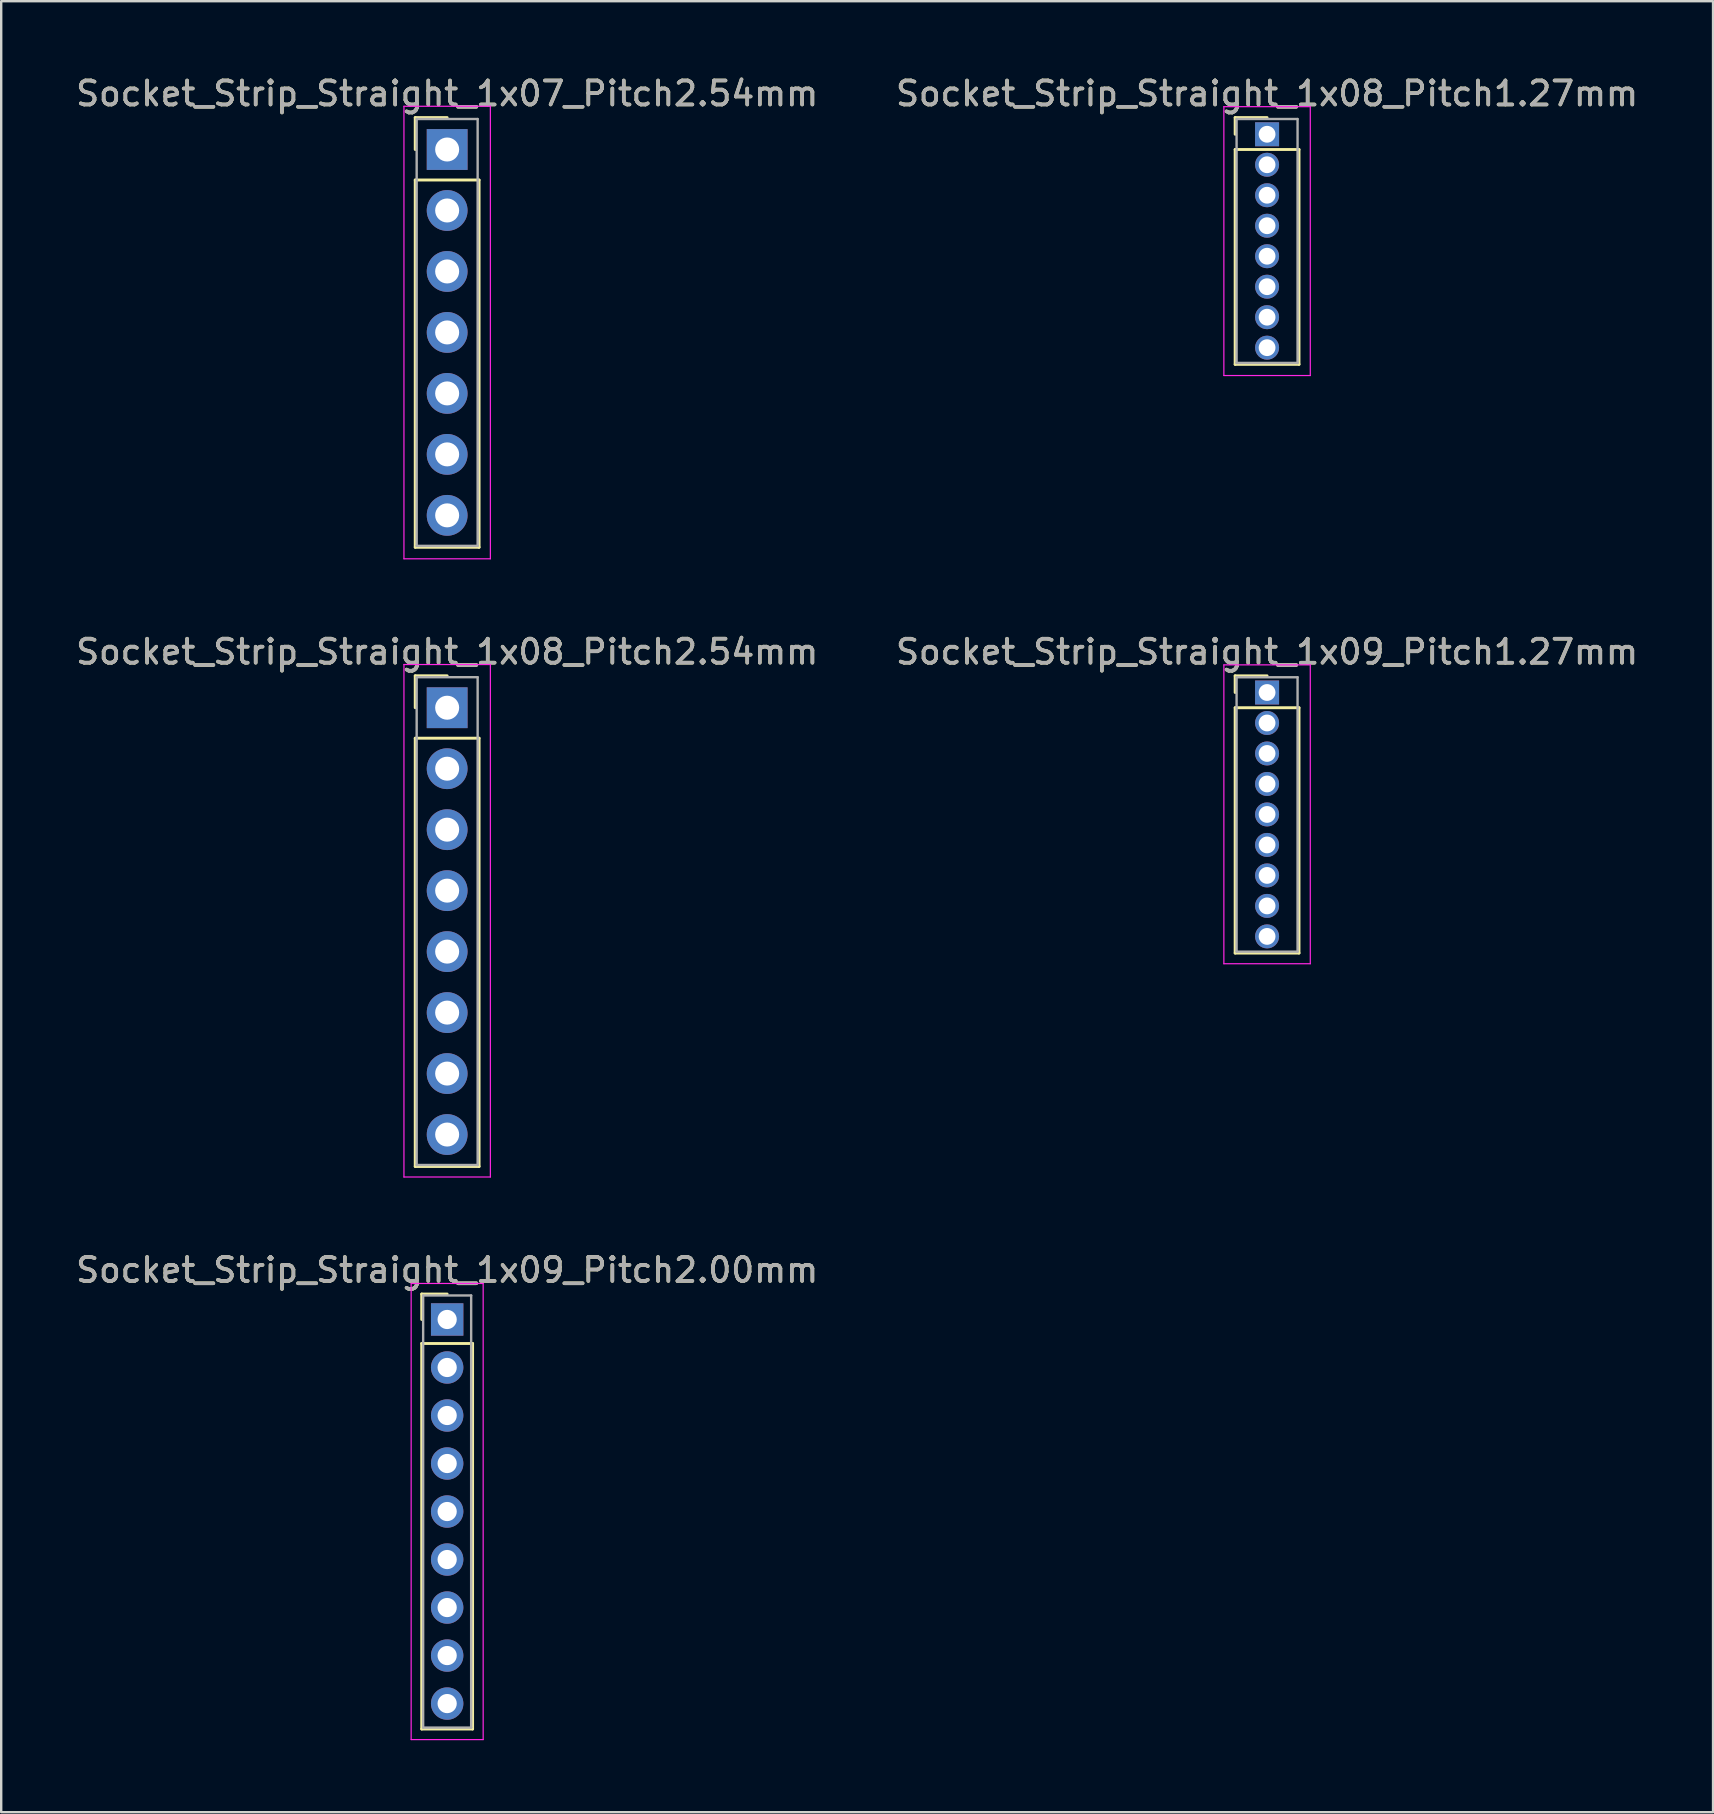
<source format=kicad_pcb>
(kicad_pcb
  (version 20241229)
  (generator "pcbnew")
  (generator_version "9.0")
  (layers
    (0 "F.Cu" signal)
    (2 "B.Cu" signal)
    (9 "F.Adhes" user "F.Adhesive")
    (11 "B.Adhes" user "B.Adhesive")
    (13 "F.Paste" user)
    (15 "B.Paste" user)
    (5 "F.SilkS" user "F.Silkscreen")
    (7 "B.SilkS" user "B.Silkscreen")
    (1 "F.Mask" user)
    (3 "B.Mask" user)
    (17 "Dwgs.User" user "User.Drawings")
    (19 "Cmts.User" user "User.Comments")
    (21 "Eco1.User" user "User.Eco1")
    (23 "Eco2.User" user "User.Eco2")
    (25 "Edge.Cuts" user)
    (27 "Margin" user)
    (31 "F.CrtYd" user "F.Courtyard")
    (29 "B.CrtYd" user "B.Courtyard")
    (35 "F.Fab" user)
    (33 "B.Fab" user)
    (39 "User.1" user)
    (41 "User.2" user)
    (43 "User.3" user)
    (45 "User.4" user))
  (footprint "Socket_Strip_Straight_1x09_Pitch2.00mm"
    (layer "F.Cu")
    (at 15.577 51.915)
    (property "Reference" "Socket_Strip_Straight_1x09_Pitch2.00mm" (at 0 -2.06 0) (layer "F.SilkS") (effects (font (size 1 1) (thickness 0.15))))
    (attr through_hole)
    (fp_line (start -1.06 -1.06) (end 0 -1.06) (stroke (width 0.12) (type solid)) (layer "F.SilkS"))
    (fp_line (start -1.06 0) (end -1.06 -1.06) (stroke (width 0.12) (type solid)) (layer "F.SilkS"))
    (fp_line (start -1.06 1) (end -1.06 17.06) (stroke (width 0.12) (type solid)) (layer "F.SilkS"))
    (fp_line (start -1.06 17.06) (end 1.06 17.06) (stroke (width 0.12) (type solid)) (layer "F.SilkS"))
    (fp_line (start 1.06 1) (end -1.06 1) (stroke (width 0.12) (type solid)) (layer "F.SilkS"))
    (fp_line (start 1.06 17.06) (end 1.06 1) (stroke (width 0.12) (type solid)) (layer "F.SilkS"))
    (fp_line (start -1.5 -1.5) (end -1.5 17.5) (stroke (width 0.05) (type solid)) (layer "F.CrtYd"))
    (fp_line (start -1.5 17.5) (end 1.5 17.5) (stroke (width 0.05) (type solid)) (layer "F.CrtYd"))
    (fp_line (start 1.5 -1.5) (end -1.5 -1.5) (stroke (width 0.05) (type solid)) (layer "F.CrtYd"))
    (fp_line (start 1.5 17.5) (end 1.5 -1.5) (stroke (width 0.05) (type solid)) (layer "F.CrtYd"))
    (fp_line (start -1 -1) (end -1 17) (stroke (width 0.1) (type solid)) (layer "F.Fab"))
    (fp_line (start -1 17) (end 1 17) (stroke (width 0.1) (type solid)) (layer "F.Fab"))
    (fp_line (start 1 -1) (end -1 -1) (stroke (width 0.1) (type solid)) (layer "F.Fab"))
    (fp_line (start 1 17) (end 1 -1) (stroke (width 0.1) (type solid)) (layer "F.Fab"))
    (fp_text user "${REFERENCE}" (at 0 -2.06 0) (layer "F.Fab") (effects (font (size 1 1) (thickness 0.15))))
    (pad "1" thru_hole rect (at 0 0) (size 1.35 1.35) (drill 0.8) (layers "*.Cu" "*.Mask"))
    (pad "2" thru_hole oval (at 0 2) (size 1.35 1.35) (drill 0.8) (layers "*.Cu" "*.Mask"))
    (pad "3" thru_hole oval (at 0 4) (size 1.35 1.35) (drill 0.8) (layers "*.Cu" "*.Mask"))
    (pad "4" thru_hole oval (at 0 6) (size 1.35 1.35) (drill 0.8) (layers "*.Cu" "*.Mask"))
    (pad "5" thru_hole oval (at 0 8) (size 1.35 1.35) (drill 0.8) (layers "*.Cu" "*.Mask"))
    (pad "6" thru_hole oval (at 0 10) (size 1.35 1.35) (drill 0.8) (layers "*.Cu" "*.Mask"))
    (pad "7" thru_hole oval (at 0 12) (size 1.35 1.35) (drill 0.8) (layers "*.Cu" "*.Mask"))
    (pad "8" thru_hole oval (at 0 14) (size 1.35 1.35) (drill 0.8) (layers "*.Cu" "*.Mask"))
    (pad "9" thru_hole oval (at 0 16) (size 1.35 1.35) (drill 0.8) (layers "*.Cu" "*.Mask")))
  (footprint "Socket_Strip_Straight_1x09_Pitch1.27mm"
    (layer "F.Cu")
    (at 49.732 25.797)
    (property "Reference" "Socket_Strip_Straight_1x09_Pitch1.27mm" (at 0 -1.695 0) (layer "F.SilkS") (effects (font (size 1 1) (thickness 0.15))))
    (attr through_hole)
    (fp_line (start -1.33 -0.695) (end 0 -0.695) (stroke (width 0.12) (type solid)) (layer "F.SilkS"))
    (fp_line (start -1.33 0) (end -1.33 -0.695) (stroke (width 0.12) (type solid)) (layer "F.SilkS"))
    (fp_line (start -1.33 0.635) (end -1.33 10.855) (stroke (width 0.12) (type solid)) (layer "F.SilkS"))
    (fp_line (start -1.33 10.855) (end 1.33 10.855) (stroke (width 0.12) (type solid)) (layer "F.SilkS"))
    (fp_line (start 1.33 0.635) (end -1.33 0.635) (stroke (width 0.12) (type solid)) (layer "F.SilkS"))
    (fp_line (start 1.33 10.855) (end 1.33 0.635) (stroke (width 0.12) (type solid)) (layer "F.SilkS"))
    (fp_line (start -1.8 -1.15) (end -1.8 11.3) (stroke (width 0.05) (type solid)) (layer "F.CrtYd"))
    (fp_line (start -1.8 11.3) (end 1.8 11.3) (stroke (width 0.05) (type solid)) (layer "F.CrtYd"))
    (fp_line (start 1.8 -1.15) (end -1.8 -1.15) (stroke (width 0.05) (type solid)) (layer "F.CrtYd"))
    (fp_line (start 1.8 11.3) (end 1.8 -1.15) (stroke (width 0.05) (type solid)) (layer "F.CrtYd"))
    (fp_line (start -1.27 -0.635) (end -1.27 10.795) (stroke (width 0.1) (type solid)) (layer "F.Fab"))
    (fp_line (start -1.27 10.795) (end 1.27 10.795) (stroke (width 0.1) (type solid)) (layer "F.Fab"))
    (fp_line (start 1.27 -0.635) (end -1.27 -0.635) (stroke (width 0.1) (type solid)) (layer "F.Fab"))
    (fp_line (start 1.27 10.795) (end 1.27 -0.635) (stroke (width 0.1) (type solid)) (layer "F.Fab"))
    (fp_text user "${REFERENCE}" (at 0 -1.695 0) (layer "F.Fab") (effects (font (size 1 1) (thickness 0.15))))
    (pad "1" thru_hole rect (at 0 0) (size 1 1) (drill 0.7) (layers "*.Cu" "*.Mask"))
    (pad "2" thru_hole oval (at 0 1.27) (size 1 1) (drill 0.7) (layers "*.Cu" "*.Mask"))
    (pad "3" thru_hole oval (at 0 2.54) (size 1 1) (drill 0.7) (layers "*.Cu" "*.Mask"))
    (pad "4" thru_hole oval (at 0 3.81) (size 1 1) (drill 0.7) (layers "*.Cu" "*.Mask"))
    (pad "5" thru_hole oval (at 0 5.08) (size 1 1) (drill 0.7) (layers "*.Cu" "*.Mask"))
    (pad "6" thru_hole oval (at 0 6.35) (size 1 1) (drill 0.7) (layers "*.Cu" "*.Mask"))
    (pad "7" thru_hole oval (at 0 7.62) (size 1 1) (drill 0.7) (layers "*.Cu" "*.Mask"))
    (pad "8" thru_hole oval (at 0 8.89) (size 1 1) (drill 0.7) (layers "*.Cu" "*.Mask"))
    (pad "9" thru_hole oval (at 0 10.16) (size 1 1) (drill 0.7) (layers "*.Cu" "*.Mask")))
  (footprint "Socket_Strip_Straight_1x08_Pitch1.27mm"
    (layer "F.Cu")
    (at 49.732 2.543)
    (property "Reference" "Socket_Strip_Straight_1x08_Pitch1.27mm" (at 0 -1.695 0) (layer "F.SilkS") (effects (font (size 1 1) (thickness 0.15))))
    (attr through_hole)
    (fp_line (start -1.33 -0.695) (end 0 -0.695) (stroke (width 0.12) (type solid)) (layer "F.SilkS"))
    (fp_line (start -1.33 0) (end -1.33 -0.695) (stroke (width 0.12) (type solid)) (layer "F.SilkS"))
    (fp_line (start -1.33 0.635) (end -1.33 9.585) (stroke (width 0.12) (type solid)) (layer "F.SilkS"))
    (fp_line (start -1.33 9.585) (end 1.33 9.585) (stroke (width 0.12) (type solid)) (layer "F.SilkS"))
    (fp_line (start 1.33 0.635) (end -1.33 0.635) (stroke (width 0.12) (type solid)) (layer "F.SilkS"))
    (fp_line (start 1.33 9.585) (end 1.33 0.635) (stroke (width 0.12) (type solid)) (layer "F.SilkS"))
    (fp_line (start -1.8 -1.15) (end -1.8 10.05) (stroke (width 0.05) (type solid)) (layer "F.CrtYd"))
    (fp_line (start -1.8 10.05) (end 1.8 10.05) (stroke (width 0.05) (type solid)) (layer "F.CrtYd"))
    (fp_line (start 1.8 -1.15) (end -1.8 -1.15) (stroke (width 0.05) (type solid)) (layer "F.CrtYd"))
    (fp_line (start 1.8 10.05) (end 1.8 -1.15) (stroke (width 0.05) (type solid)) (layer "F.CrtYd"))
    (fp_line (start -1.27 -0.635) (end -1.27 9.525) (stroke (width 0.1) (type solid)) (layer "F.Fab"))
    (fp_line (start -1.27 9.525) (end 1.27 9.525) (stroke (width 0.1) (type solid)) (layer "F.Fab"))
    (fp_line (start 1.27 -0.635) (end -1.27 -0.635) (stroke (width 0.1) (type solid)) (layer "F.Fab"))
    (fp_line (start 1.27 9.525) (end 1.27 -0.635) (stroke (width 0.1) (type solid)) (layer "F.Fab"))
    (fp_text user "${REFERENCE}" (at 0 -1.695 0) (layer "F.Fab") (effects (font (size 1 1) (thickness 0.15))))
    (pad "1" thru_hole rect (at 0 0) (size 1 1) (drill 0.7) (layers "*.Cu" "*.Mask"))
    (pad "2" thru_hole oval (at 0 1.27) (size 1 1) (drill 0.7) (layers "*.Cu" "*.Mask"))
    (pad "3" thru_hole oval (at 0 2.54) (size 1 1) (drill 0.7) (layers "*.Cu" "*.Mask"))
    (pad "4" thru_hole oval (at 0 3.81) (size 1 1) (drill 0.7) (layers "*.Cu" "*.Mask"))
    (pad "5" thru_hole oval (at 0 5.08) (size 1 1) (drill 0.7) (layers "*.Cu" "*.Mask"))
    (pad "6" thru_hole oval (at 0 6.35) (size 1 1) (drill 0.7) (layers "*.Cu" "*.Mask"))
    (pad "7" thru_hole oval (at 0 7.62) (size 1 1) (drill 0.7) (layers "*.Cu" "*.Mask"))
    (pad "8" thru_hole oval (at 0 8.89) (size 1 1) (drill 0.7) (layers "*.Cu" "*.Mask")))
  (footprint "Socket_Strip_Straight_1x08_Pitch2.54mm"
    (layer "F.Cu")
    (at 15.577 26.431)
    (property "Reference" "Socket_Strip_Straight_1x08_Pitch2.54mm" (at 0 -2.33 0) (layer "F.SilkS") (effects (font (size 1 1) (thickness 0.15))))
    (attr through_hole)
    (fp_line (start -1.33 -1.33) (end 0 -1.33) (stroke (width 0.12) (type solid)) (layer "F.SilkS"))
    (fp_line (start -1.33 0) (end -1.33 -1.33) (stroke (width 0.12) (type solid)) (layer "F.SilkS"))
    (fp_line (start -1.33 1.27) (end -1.33 19.11) (stroke (width 0.12) (type solid)) (layer "F.SilkS"))
    (fp_line (start -1.33 19.11) (end 1.33 19.11) (stroke (width 0.12) (type solid)) (layer "F.SilkS"))
    (fp_line (start 1.33 1.27) (end -1.33 1.27) (stroke (width 0.12) (type solid)) (layer "F.SilkS"))
    (fp_line (start 1.33 19.11) (end 1.33 1.27) (stroke (width 0.12) (type solid)) (layer "F.SilkS"))
    (fp_line (start -1.8 -1.8) (end -1.8 19.55) (stroke (width 0.05) (type solid)) (layer "F.CrtYd"))
    (fp_line (start -1.8 19.55) (end 1.8 19.55) (stroke (width 0.05) (type solid)) (layer "F.CrtYd"))
    (fp_line (start 1.8 -1.8) (end -1.8 -1.8) (stroke (width 0.05) (type solid)) (layer "F.CrtYd"))
    (fp_line (start 1.8 19.55) (end 1.8 -1.8) (stroke (width 0.05) (type solid)) (layer "F.CrtYd"))
    (fp_line (start -1.27 -1.27) (end -1.27 19.05) (stroke (width 0.1) (type solid)) (layer "F.Fab"))
    (fp_line (start -1.27 19.05) (end 1.27 19.05) (stroke (width 0.1) (type solid)) (layer "F.Fab"))
    (fp_line (start 1.27 -1.27) (end -1.27 -1.27) (stroke (width 0.1) (type solid)) (layer "F.Fab"))
    (fp_line (start 1.27 19.05) (end 1.27 -1.27) (stroke (width 0.1) (type solid)) (layer "F.Fab"))
    (fp_text user "${REFERENCE}" (at 0 -2.33 0) (layer "F.Fab") (effects (font (size 1 1) (thickness 0.15))))
    (pad "1" thru_hole rect (at 0 0) (size 1.7 1.7) (drill 1) (layers "*.Cu" "*.Mask"))
    (pad "2" thru_hole oval (at 0 2.54) (size 1.7 1.7) (drill 1) (layers "*.Cu" "*.Mask"))
    (pad "3" thru_hole oval (at 0 5.08) (size 1.7 1.7) (drill 1) (layers "*.Cu" "*.Mask"))
    (pad "4" thru_hole oval (at 0 7.62) (size 1.7 1.7) (drill 1) (layers "*.Cu" "*.Mask"))
    (pad "5" thru_hole oval (at 0 10.16) (size 1.7 1.7) (drill 1) (layers "*.Cu" "*.Mask"))
    (pad "6" thru_hole oval (at 0 12.7) (size 1.7 1.7) (drill 1) (layers "*.Cu" "*.Mask"))
    (pad "7" thru_hole oval (at 0 15.24) (size 1.7 1.7) (drill 1) (layers "*.Cu" "*.Mask"))
    (pad "8" thru_hole oval (at 0 17.78) (size 1.7 1.7) (drill 1) (layers "*.Cu" "*.Mask")))
  (footprint "Socket_Strip_Straight_1x07_Pitch2.54mm"
    (layer "F.Cu")
    (at 15.577 3.178)
    (property "Reference" "Socket_Strip_Straight_1x07_Pitch2.54mm" (at 0 -2.33 0) (layer "F.SilkS") (effects (font (size 1 1) (thickness 0.15))))
    (attr through_hole)
    (fp_line (start -1.33 -1.33) (end 0 -1.33) (stroke (width 0.12) (type solid)) (layer "F.SilkS"))
    (fp_line (start -1.33 0) (end -1.33 -1.33) (stroke (width 0.12) (type solid)) (layer "F.SilkS"))
    (fp_line (start -1.33 1.27) (end -1.33 16.57) (stroke (width 0.12) (type solid)) (layer "F.SilkS"))
    (fp_line (start -1.33 16.57) (end 1.33 16.57) (stroke (width 0.12) (type solid)) (layer "F.SilkS"))
    (fp_line (start 1.33 1.27) (end -1.33 1.27) (stroke (width 0.12) (type solid)) (layer "F.SilkS"))
    (fp_line (start 1.33 16.57) (end 1.33 1.27) (stroke (width 0.12) (type solid)) (layer "F.SilkS"))
    (fp_line (start -1.8 -1.8) (end -1.8 17.05) (stroke (width 0.05) (type solid)) (layer "F.CrtYd"))
    (fp_line (start -1.8 17.05) (end 1.8 17.05) (stroke (width 0.05) (type solid)) (layer "F.CrtYd"))
    (fp_line (start 1.8 -1.8) (end -1.8 -1.8) (stroke (width 0.05) (type solid)) (layer "F.CrtYd"))
    (fp_line (start 1.8 17.05) (end 1.8 -1.8) (stroke (width 0.05) (type solid)) (layer "F.CrtYd"))
    (fp_line (start -1.27 -1.27) (end -1.27 16.51) (stroke (width 0.1) (type solid)) (layer "F.Fab"))
    (fp_line (start -1.27 16.51) (end 1.27 16.51) (stroke (width 0.1) (type solid)) (layer "F.Fab"))
    (fp_line (start 1.27 -1.27) (end -1.27 -1.27) (stroke (width 0.1) (type solid)) (layer "F.Fab"))
    (fp_line (start 1.27 16.51) (end 1.27 -1.27) (stroke (width 0.1) (type solid)) (layer "F.Fab"))
    (fp_text user "${REFERENCE}" (at 0 -2.33 0) (layer "F.Fab") (effects (font (size 1 1) (thickness 0.15))))
    (pad "1" thru_hole rect (at 0 0) (size 1.7 1.7) (drill 1) (layers "*.Cu" "*.Mask"))
    (pad "2" thru_hole oval (at 0 2.54) (size 1.7 1.7) (drill 1) (layers "*.Cu" "*.Mask"))
    (pad "3" thru_hole oval (at 0 5.08) (size 1.7 1.7) (drill 1) (layers "*.Cu" "*.Mask"))
    (pad "4" thru_hole oval (at 0 7.62) (size 1.7 1.7) (drill 1) (layers "*.Cu" "*.Mask"))
    (pad "5" thru_hole oval (at 0 10.16) (size 1.7 1.7) (drill 1) (layers "*.Cu" "*.Mask"))
    (pad "6" thru_hole oval (at 0 12.7) (size 1.7 1.7) (drill 1) (layers "*.Cu" "*.Mask"))
    (pad "7" thru_hole oval (at 0 15.24) (size 1.7 1.7) (drill 1) (layers "*.Cu" "*.Mask")))
  (gr_rect
    (start -3 -3)
    (end 68.31 72.44)
    (stroke (width 0.1) (type default))
    (fill no)
    (layer "Edge.Cuts")))
</source>
